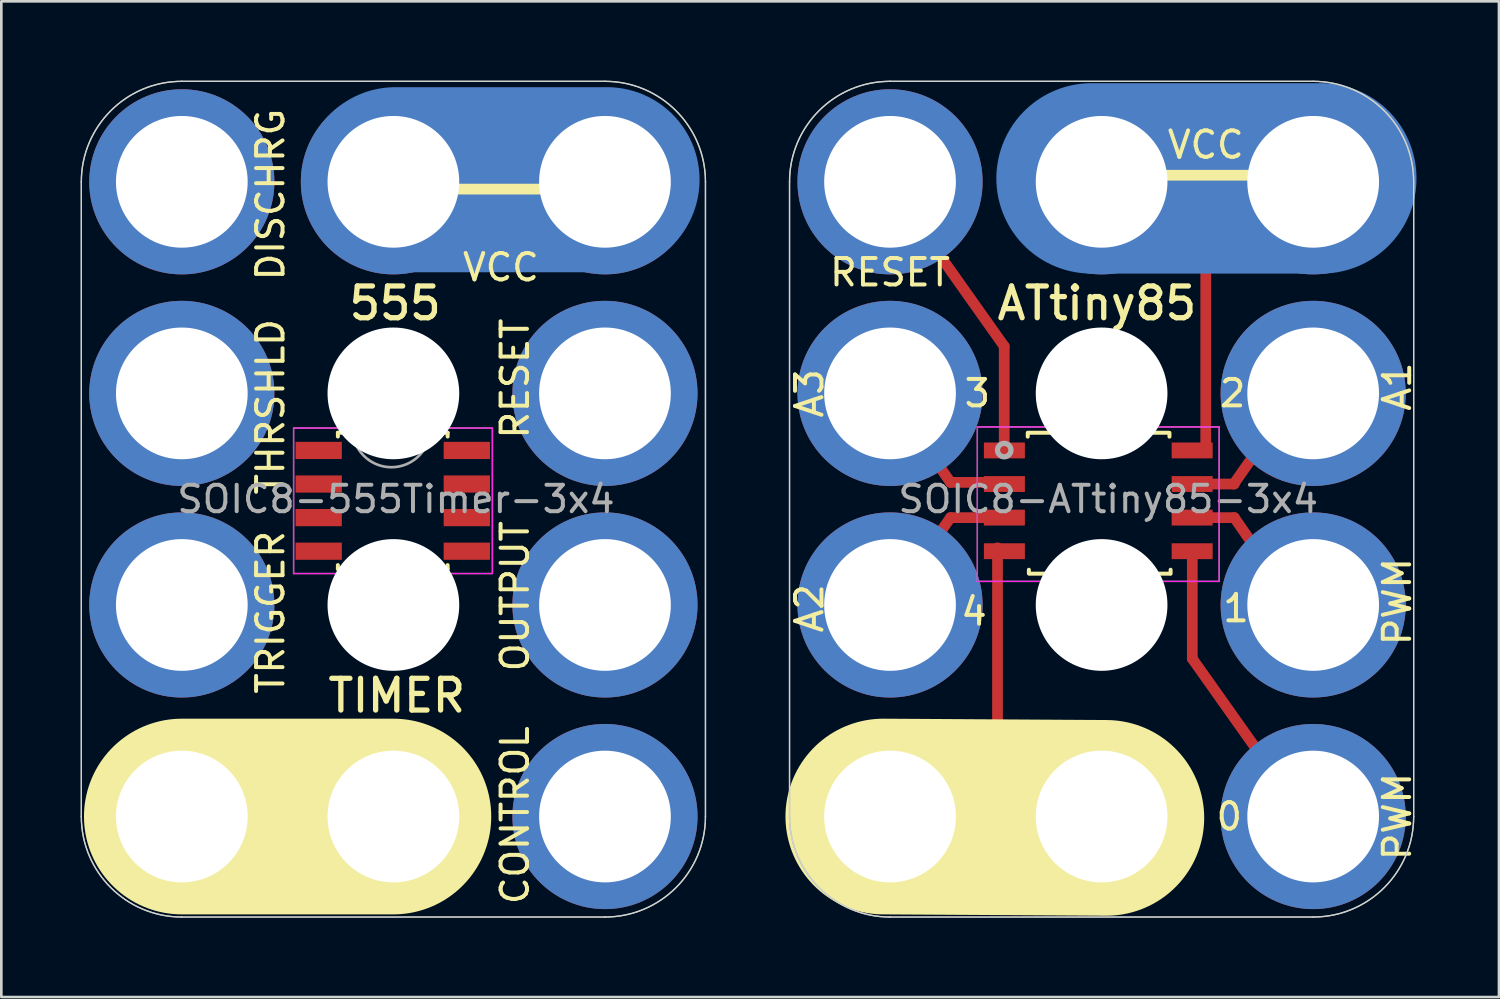
<source format=kicad_pcb>
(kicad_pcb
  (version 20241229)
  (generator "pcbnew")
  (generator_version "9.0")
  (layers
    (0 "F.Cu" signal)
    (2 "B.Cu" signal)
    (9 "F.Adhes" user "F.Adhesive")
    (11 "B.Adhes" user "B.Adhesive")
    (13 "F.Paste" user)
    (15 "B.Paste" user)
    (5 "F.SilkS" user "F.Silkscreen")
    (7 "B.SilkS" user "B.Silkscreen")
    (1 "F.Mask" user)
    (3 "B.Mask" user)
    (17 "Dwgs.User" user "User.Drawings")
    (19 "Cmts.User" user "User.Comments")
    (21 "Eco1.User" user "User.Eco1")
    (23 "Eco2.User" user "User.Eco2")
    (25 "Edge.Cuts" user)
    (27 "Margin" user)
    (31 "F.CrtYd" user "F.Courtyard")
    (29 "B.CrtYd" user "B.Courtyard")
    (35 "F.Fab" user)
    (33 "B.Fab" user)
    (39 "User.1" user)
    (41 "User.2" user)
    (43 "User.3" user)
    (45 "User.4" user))
  (footprint "SOIC8-555Timer-3x4"
    (layer "F.Cu")
    (at 3.825 27.825)
    (property "Reference" "SOIC8-555Timer-3x4" (at 8.098 -12 0) (layer "F.Fab") (effects (font (size 1 1) (thickness 0.15))))
    (attr through_hole)
    (fp_line (start 7.799 -23.724) (end 15.799 -23.724) (stroke (width 0.406) (type solid)) (layer "F.Cu"))
    (fp_arc (start 0 -21.0185) (mid -3.048507 -23.971248) (end -0.0635 -26.988175) (stroke (width 1) (type solid)) (layer "F.Mask"))
    (fp_arc (start 0 -5.0165) (mid -3.048507 -7.969248) (end -0.0635 -10.986175) (stroke (width 1) (type solid)) (layer "F.Mask"))
    (fp_arc (start 0.0635 -13.0175) (mid -2.985007 -15.970248) (end 0 -18.987175) (stroke (width 1) (type solid)) (layer "F.Mask"))
    (fp_arc (start 15.9385 -18.9865) (mid 18.987007 -16.033752) (end 16.002 -13.016825) (stroke (width 1) (type solid)) (layer "F.Mask"))
    (fp_arc (start 15.9385 -2.9845) (mid 18.987007 -0.031752) (end 16.002 2.985175) (stroke (width 1) (type solid)) (layer "F.Mask"))
    (fp_arc (start 16.002 -10.922) (mid 19.050507 -7.969252) (end 16.0655 -4.952325) (stroke (width 1) (type solid)) (layer "F.Mask"))
    (fp_line (start 0 0) (end 8 0) (stroke (width 7) (type solid)) (layer "B.Cu"))
    (fp_line (start 8.077 -24.079) (end 16.077 -24.079) (stroke (width 7) (type solid)) (layer "B.Cu"))
    (fp_line (start 0 0) (end 8 0) (stroke (width 7) (type solid)) (layer "B.Mask"))
    (fp_line (start 8.077 -24.079) (end 16.077 -24.079) (stroke (width 7) (type solid)) (layer "B.Mask"))
    (fp_line (start 0 0) (end 8 0) (stroke (width 7.4) (type solid)) (layer "F.SilkS"))
    (fp_line (start 0 0) (end 8.25 0) (stroke (width 0.406) (type solid)) (layer "F.SilkS"))
    (fp_line (start 5.901 -14.513) (end 5.901 -14.368) (stroke (width 0.15) (type solid)) (layer "F.SilkS"))
    (fp_line (start 5.901 -14.513) (end 10.051 -14.513) (stroke (width 0.15) (type solid)) (layer "F.SilkS"))
    (fp_line (start 5.901 -9.363) (end 5.901 -9.508) (stroke (width 0.15) (type solid)) (layer "F.SilkS"))
    (fp_line (start 5.901 -9.363) (end 10.051 -9.363) (stroke (width 0.15) (type solid)) (layer "F.SilkS"))
    (fp_line (start 9.055 -23.724) (end 15.088 -23.724) (stroke (width 0.406) (type solid)) (layer "F.SilkS"))
    (fp_line (start 10.051 -14.513) (end 10.051 -14.368) (stroke (width 0.15) (type solid)) (layer "F.SilkS"))
    (fp_line (start 10.051 -9.363) (end 10.051 -9.508) (stroke (width 0.15) (type solid)) (layer "F.SilkS"))
    (fp_line (start -3.8 -24) (end -3.8 0) (stroke (width 0.05) (type solid)) (layer "Edge.Cuts"))
    (fp_line (start 0 -27.8) (end 16 -27.8) (stroke (width 0.05) (type solid)) (layer "Edge.Cuts"))
    (fp_line (start 0 3.8) (end 16 3.8) (stroke (width 0.05) (type solid)) (layer "Edge.Cuts"))
    (fp_line (start 19.8 -24) (end 19.8 0) (stroke (width 0.05) (type solid)) (layer "Edge.Cuts"))
    (fp_arc (start -3.8 -24) (mid -2.687006 -26.687006) (end 0 -27.8) (stroke (width 0.05) (type solid)) (layer "Edge.Cuts"))
    (fp_arc (start 0 3.8) (mid -2.687006 2.687006) (end -3.8 0) (stroke (width 0.05) (type solid)) (layer "Edge.Cuts"))
    (fp_arc (start 16 -27.8) (mid 18.687006 -26.687006) (end 19.8 -24) (stroke (width 0.05) (type solid)) (layer "Edge.Cuts"))
    (fp_arc (start 19.8 0) (mid 18.687006 2.687006) (end 16 3.8) (stroke (width 0.05) (type solid)) (layer "Edge.Cuts"))
    (fp_line (start 4.226 -14.688) (end 4.226 -9.188) (stroke (width 0.05) (type solid)) (layer "F.CrtYd"))
    (fp_line (start 4.226 -14.688) (end 11.726 -14.688) (stroke (width 0.05) (type solid)) (layer "F.CrtYd"))
    (fp_line (start 4.226 -9.188) (end 11.726 -9.188) (stroke (width 0.05) (type solid)) (layer "F.CrtYd"))
    (fp_line (start 11.744 -14.688) (end 11.744 -9.188) (stroke (width 0.05) (type solid)) (layer "F.CrtYd"))
    (fp_line (start -3.8 -24) (end -3.8 0) (stroke (width 0.05) (type solid)) (layer "F.Fab"))
    (fp_line (start 0 -27.8) (end 16 -27.8) (stroke (width 0.05) (type solid)) (layer "F.Fab"))
    (fp_line (start 0 3.8) (end 16 3.8) (stroke (width 0.05) (type solid)) (layer "F.Fab"))
    (fp_line (start 4.226 -14.688) (end 4.226 -9.188) (stroke (width 0.05) (type solid)) (layer "F.Fab"))
    (fp_line (start 4.226 -14.688) (end 11.726 -14.688) (stroke (width 0.05) (type solid)) (layer "F.Fab"))
    (fp_line (start 4.226 -9.188) (end 11.726 -9.188) (stroke (width 0.05) (type solid)) (layer "F.Fab"))
    (fp_line (start 11.744 -14.688) (end 11.744 -9.188) (stroke (width 0.05) (type solid)) (layer "F.Fab"))
    (fp_line (start 19.8 -24) (end 19.8 0) (stroke (width 0.05) (type solid)) (layer "F.Fab"))
    (fp_arc (start -3.8 -24) (mid -2.687006 -26.687006) (end 0 -27.8) (stroke (width 0.05) (type solid)) (layer "F.Fab"))
    (fp_arc (start 0 3.8) (mid -2.687006 2.687006) (end -3.8 0) (stroke (width 0.05) (type solid)) (layer "F.Fab"))
    (fp_arc (start 9.398 -14.6812) (mid 7.9248 -13.208) (end 6.4516 -14.6812) (stroke (width 0.1) (type solid)) (layer "F.Fab"))
    (fp_arc (start 16 -27.8) (mid 18.687006 -26.687006) (end 19.8 -24) (stroke (width 0.05) (type solid)) (layer "F.Fab"))
    (fp_arc (start 19.8 0) (mid 18.687006 2.687006) (end 16 3.8) (stroke (width 0.05) (type solid)) (layer "F.Fab"))
    (fp_text user "555" (at 8.065 -19.406 0) (layer "F.SilkS") (effects (font (size 1.2 1.2) (thickness 0.2))))
    (fp_text user "RESET" (at 12.598 -16.561 90) (layer "F.SilkS") (effects (font (size 1 1) (thickness 0.15))))
    (fp_text user "OUTPUT" (at 12.598 -8.331 90) (layer "F.SilkS") (effects (font (size 1 1) (thickness 0.15))))
    (fp_text user "VCC" (at 12.065 -20.765 180) (layer "F.SilkS") (effects (font (size 1 1) (thickness 0.15))))
    (fp_text user "TRIGGER" (at 3.353 -7.722 90) (layer "F.SilkS") (effects (font (size 1 1) (thickness 0.15))))
    (fp_text user "DISCHRG" (at 3.353 -23.52 90) (layer "F.SilkS") (effects (font (size 1 1) (thickness 0.15))))
    (fp_text user "THRSHLD" (at 3.353 -15.494 90) (layer "F.SilkS") (effects (font (size 1 1) (thickness 0.15))))
    (fp_text user "CONTROL" (at 12.598 -0.051 90) (layer "F.SilkS") (effects (font (size 1 1) (thickness 0.15))))
    (fp_text user "GND" (at 4.013 1.473 0) (layer "F.SilkS") (effects (font (size 1 1) (thickness 0.15))))
    (fp_text user "TIMER" (at 8.128 -4.572 0) (layer "F.SilkS") (effects (font (size 1.2 1.2) (thickness 0.2))))
    (pad "" np_thru_hole circle (at 8 -16 270) (size 4.98 4.98) (drill 4.98) (layers "*.Cu"))
    (pad "" np_thru_hole circle (at 8 -8 270) (size 4.98 4.98) (drill 4.98) (layers "*.Cu"))
    (pad "1" smd rect (at 5.176 -13.843) (size 1.75 0.65) (layers "F.Cu" "F.Mask" "F.Paste"))
    (pad "1" thru_hole circle (at 8 0 270) (size 7 7) (drill 4.98) (layers "*.Cu" "*.Mask"))
    (pad "2" thru_hole circle (at 0 -8 270) (size 7 7) (drill 4.98) (layers "*.Cu" "B.Mask"))
    (pad "2" smd rect (at 5.176 -12.573) (size 1.75 0.65) (layers "F.Cu" "F.Mask" "F.Paste"))
    (pad "3" smd rect (at 5.176 -11.303) (size 1.75 0.65) (layers "F.Cu" "F.Mask" "F.Paste"))
    (pad "3" thru_hole circle (at 16 -8 270) (size 7 7) (drill 4.98) (layers "*.Cu" "B.Mask"))
    (pad "4" smd rect (at 5.176 -10.033) (size 1.75 0.65) (layers "F.Cu" "F.Mask" "F.Paste"))
    (pad "4" thru_hole circle (at 16 -16 270) (size 7 7) (drill 4.98) (layers "*.Cu" "B.Mask"))
    (pad "5" smd rect (at 10.776 -10.033) (size 1.75 0.65) (layers "F.Cu" "F.Mask" "F.Paste"))
    (pad "5" thru_hole circle (at 16 0 270) (size 7 7) (drill 4.98) (layers "*.Cu" "B.Mask"))
    (pad "6" thru_hole circle (at 0 -16 270) (size 7 7) (drill 4.98) (layers "*.Cu" "B.Mask"))
    (pad "6" smd rect (at 10.776 -11.303) (size 1.75 0.65) (layers "F.Cu" "F.Mask" "F.Paste"))
    (pad "7" thru_hole circle (at 0 -24 270) (size 7 7) (drill 4.98) (layers "*.Cu" "B.Mask"))
    (pad "7" smd rect (at 10.776 -12.573) (size 1.75 0.65) (layers "F.Cu" "F.Mask" "F.Paste"))
    (pad "8" thru_hole circle (at 8 -24 270) (size 7 7) (drill 4.98) (layers "*.Cu" "*.Mask"))
    (pad "8" smd rect (at 10.776 -13.843) (size 1.75 0.65) (layers "F.Cu" "F.Mask" "F.Paste"))
    (pad "8" thru_hole circle (at 16 -24 270) (size 7 7) (drill 4.98) (layers "*.Cu" "*.Mask"))
    (pad "e" thru_hole circle (at 0 0 270) (size 7 7) (drill 4.98) (layers "*.Cu" "*.Mask")))
  (footprint "SOIC8-ATtiny85-3x4"
    (layer "F.Cu")
    (at 30.604 27.825)
    (property "Reference" "SOIC8-ATtiny85-3x4" (at 8.25 -12 0) (layer "F.Fab") (effects (font (size 1 1) (thickness 0.15))))
    (attr through_hole)
    (fp_line (start -0.064 -7.938) (end 2.286 -11.303) (stroke (width 0.406) (type solid)) (layer "F.Cu"))
    (fp_line (start 0 0) (end 8 0) (stroke (width 0.406) (type solid)) (layer "F.Cu"))
    (fp_line (start 2.286 -12.636) (end 0 -15.938) (stroke (width 0.406) (type solid)) (layer "F.Cu"))
    (fp_line (start 2.286 -11.303) (end 4.318 -11.303) (stroke (width 0.406) (type solid)) (layer "F.Cu"))
    (fp_line (start 4.064 0) (end 4.064 -10.16) (stroke (width 0.406) (type solid)) (layer "F.Cu"))
    (fp_line (start 4.318 -17.78) (end 0 -23.876) (stroke (width 0.406) (type solid)) (layer "F.Cu"))
    (fp_line (start 4.318 -13.716) (end 4.318 -17.78) (stroke (width 0.406) (type solid)) (layer "F.Cu"))
    (fp_line (start 4.318 -12.636) (end 2.286 -12.636) (stroke (width 0.406) (type solid)) (layer "F.Cu"))
    (fp_line (start 8 -24.25) (end 16 -24.25) (stroke (width 0.406) (type solid)) (layer "F.Cu"))
    (fp_line (start 10.986 -11.303) (end 13.018 -11.303) (stroke (width 0.406) (type solid)) (layer "F.Cu"))
    (fp_line (start 11.43 -10.033) (end 11.43 -5.969) (stroke (width 0.406) (type solid)) (layer "F.Cu"))
    (fp_line (start 11.43 -5.969) (end 15.748 0.127) (stroke (width 0.406) (type solid)) (layer "F.Cu"))
    (fp_line (start 11.938 -13.97) (end 11.938 -24.13) (stroke (width 0.406) (type solid)) (layer "F.Cu"))
    (fp_line (start 13.018 -12.573) (end 10.986 -12.573) (stroke (width 0.406) (type solid)) (layer "F.Cu"))
    (fp_line (start 13.018 -11.303) (end 15.303 -8.001) (stroke (width 0.406) (type solid)) (layer "F.Cu"))
    (fp_line (start 15.367 -15.961) (end 12.998 -12.573) (stroke (width 0.406) (type solid)) (layer "F.Cu"))
    (fp_line (start -0.254 0) (end 8.179 0) (stroke (width 7.2) (type solid)) (layer "B.Cu"))
    (fp_line (start 7.62 -24.13) (end 16.307 -24.13) (stroke (width 7.2) (type solid)) (layer "B.Cu"))
    (fp_line (start -0.254 0) (end 8.179 0) (stroke (width 7.2) (type solid)) (layer "B.Mask"))
    (fp_line (start 7.62 -24.13) (end 16.307 -24.13) (stroke (width 7.2) (type solid)) (layer "B.Mask"))
    (fp_line (start -0.254 0) (end 8.179 0.051) (stroke (width 7.4) (type solid)) (layer "F.SilkS"))
    (fp_line (start 0 0) (end 8.25 0) (stroke (width 0.406) (type solid)) (layer "F.SilkS"))
    (fp_line (start 5.207 -14.509) (end 5.207 -14.364) (stroke (width 0.15) (type solid)) (layer "F.SilkS"))
    (fp_line (start 5.224 -14.513) (end 10.524 -14.513) (stroke (width 0.15) (type solid)) (layer "F.SilkS"))
    (fp_line (start 5.25 -9.187) (end 5.25 -9.332) (stroke (width 0.15) (type solid)) (layer "F.SilkS"))
    (fp_line (start 8 -24.25) (end 16.25 -24.25) (stroke (width 0.406) (type solid)) (layer "F.SilkS"))
    (fp_line (start 10.566 -14.509) (end 10.566 -14.364) (stroke (width 0.15) (type solid)) (layer "F.SilkS"))
    (fp_line (start 10.592 -9.183) (end 5.292 -9.183) (stroke (width 0.15) (type solid)) (layer "F.SilkS"))
    (fp_line (start 10.609 -9.187) (end 10.609 -9.332) (stroke (width 0.15) (type solid)) (layer "F.SilkS"))
    (fp_line (start -3.8 -24) (end -3.8 0) (stroke (width 0.05) (type solid)) (layer "Edge.Cuts"))
    (fp_line (start 0 -27.8) (end 16 -27.8) (stroke (width 0.05) (type solid)) (layer "Edge.Cuts"))
    (fp_line (start 0 3.8) (end 16 3.8) (stroke (width 0.05) (type solid)) (layer "Edge.Cuts"))
    (fp_line (start 19.8 -24) (end 19.8 0) (stroke (width 0.05) (type solid)) (layer "Edge.Cuts"))
    (fp_arc (start -3.8 -24) (mid -2.687006 -26.687006) (end 0 -27.8) (stroke (width 0.05) (type solid)) (layer "Edge.Cuts"))
    (fp_arc (start 0 3.8) (mid -2.687006 2.687006) (end -3.8 0) (stroke (width 0.05) (type solid)) (layer "Edge.Cuts"))
    (fp_arc (start 16 -27.8) (mid 18.687006 -26.687006) (end 19.8 -24) (stroke (width 0.05) (type solid)) (layer "Edge.Cuts"))
    (fp_arc (start 19.8 0) (mid 18.687006 2.687006) (end 16 3.8) (stroke (width 0.05) (type solid)) (layer "Edge.Cuts"))
    (fp_line (start 3.302 -14.732) (end 3.302 -8.89) (stroke (width 0.05) (type solid)) (layer "F.CrtYd"))
    (fp_line (start 3.302 -14.732) (end 12.446 -14.732) (stroke (width 0.05) (type solid)) (layer "F.CrtYd"))
    (fp_line (start 3.302 -8.89) (end 12.446 -8.89) (stroke (width 0.05) (type solid)) (layer "F.CrtYd"))
    (fp_line (start 12.446 -14.732) (end 12.446 -8.89) (stroke (width 0.05) (type solid)) (layer "F.CrtYd"))
    (fp_line (start -3.8 -24) (end -3.8 0) (stroke (width 0.05) (type solid)) (layer "F.Fab"))
    (fp_line (start 0 -27.8) (end 16 -27.8) (stroke (width 0.05) (type solid)) (layer "F.Fab"))
    (fp_line (start 0 3.8) (end 16 3.8) (stroke (width 0.05) (type solid)) (layer "F.Fab"))
    (fp_line (start 3.302 -14.732) (end 3.302 -8.89) (stroke (width 0.05) (type solid)) (layer "F.Fab"))
    (fp_line (start 3.302 -14.732) (end 12.446 -14.732) (stroke (width 0.05) (type solid)) (layer "F.Fab"))
    (fp_line (start 3.302 -8.89) (end 12.446 -8.89) (stroke (width 0.05) (type solid)) (layer "F.Fab"))
    (fp_line (start 12.446 -14.732) (end 12.446 -8.89) (stroke (width 0.05) (type solid)) (layer "F.Fab"))
    (fp_line (start 19.8 -24) (end 19.8 0) (stroke (width 0.05) (type solid)) (layer "F.Fab"))
    (fp_arc (start -3.8 -24) (mid -2.687006 -26.687006) (end 0 -27.8) (stroke (width 0.05) (type solid)) (layer "F.Fab"))
    (fp_arc (start 0 3.8) (mid -2.687006 2.687006) (end -3.8 0) (stroke (width 0.05) (type solid)) (layer "F.Fab"))
    (fp_arc (start 16 -27.8) (mid 18.687006 -26.687006) (end 19.8 -24) (stroke (width 0.05) (type solid)) (layer "F.Fab"))
    (fp_arc (start 19.8 0) (mid 18.687006 2.687006) (end 16 3.8) (stroke (width 0.05) (type solid)) (layer "F.Fab"))
    (fp_circle (center 4.318 -13.856) (end 4.572 -13.856) (stroke (width 0.2) (type solid)) (fill no) (layer "F.Fab"))
    (fp_text user "PWM" (at 19.177 -8.128 270) (layer "F.SilkS") (effects (font (size 1 1) (thickness 0.15))))
    (fp_text user "A3" (at -3.048 -16.002 90) (layer "F.SilkS") (effects (font (size 1 1) (thickness 0.15))))
    (fp_text user "2" (at 12.954 -16.002 0) (layer "F.SilkS") (effects (font (size 1 1) (thickness 0.15))))
    (fp_text user "A1" (at 19.177 -16.256 90) (layer "F.SilkS") (effects (font (size 1 1) (thickness 0.15))))
    (fp_text user "A2" (at -3.048 -7.874 90) (layer "F.SilkS") (effects (font (size 1 1) (thickness 0.15))))
    (fp_text user "PWM" (at 19.177 0 270) (layer "F.SilkS") (effects (font (size 1 1) (thickness 0.15))))
    (fp_text user "VCC" (at 11.938 -25.4 0) (layer "F.SilkS") (effects (font (size 1 1) (thickness 0.15))))
    (fp_text user "0" (at 12.827 0 0) (layer "F.SilkS") (effects (font (size 1 1) (thickness 0.15))))
    (fp_text user "RESET" (at 0 -20.574 180) (layer "F.SilkS") (effects (font (size 1 1) (thickness 0.15))))
    (fp_text user "ATtiny85" (at 7.823 -19.406 0) (layer "F.SilkS") (effects (font (size 1.2 1.2) (thickness 0.2))))
    (fp_text user "4" (at 3.175 -7.747 0) (layer "F.SilkS") (effects (font (size 1 1) (thickness 0.15))))
    (fp_text user "3" (at 3.302 -16.002 0) (layer "F.SilkS") (effects (font (size 1 1) (thickness 0.15))))
    (fp_text user "GND" (at 4.064 1.27 0) (layer "F.SilkS") (effects (font (size 1 1) (thickness 0.15))))
    (fp_text user "1" (at 13.081 -7.874 0) (layer "F.SilkS") (effects (font (size 1 1) (thickness 0.15))))
    (pad "" np_thru_hole circle (at 8 -16 270) (size 4.98 4.98) (drill 4.98) (layers "*.Cu"))
    (pad "" np_thru_hole circle (at 8 -8 270) (size 4.98 4.98) (drill 4.98) (layers "*.Cu"))
    (pad "1" thru_hole circle (at 0 -24 270) (size 7 7) (drill 4.98) (layers "*.Cu" "B.Mask"))
    (pad "1" smd rect (at 4.324 -13.843) (size 1.55 0.6) (layers "F.Cu" "F.Mask" "F.Paste"))
    (pad "2" thru_hole circle (at 0 -16 270) (size 7 7) (drill 4.98) (layers "*.Cu" "B.Mask"))
    (pad "2" smd rect (at 4.324 -12.573) (size 1.55 0.6) (layers "F.Cu" "F.Mask" "F.Paste"))
    (pad "3" thru_hole circle (at 0 -8 270) (size 7 7) (drill 4.98) (layers "*.Cu" "B.Mask"))
    (pad "3" smd rect (at 4.324 -11.303) (size 1.55 0.6) (layers "F.Cu" "F.Mask" "F.Paste"))
    (pad "4" thru_hole circle (at 0 0 270) (size 7 7) (drill 4.98) (layers "*.Cu" "B.Mask"))
    (pad "4" smd rect (at 4.324 -10.033) (size 1.55 0.6) (layers "F.Cu" "F.Mask" "F.Paste"))
    (pad "4" thru_hole circle (at 8 0 270) (size 7 7) (drill 4.98) (layers "*.Cu" "B.Mask"))
    (pad "5" smd rect (at 11.424 -10.033) (size 1.55 0.6) (layers "F.Cu" "F.Mask" "F.Paste"))
    (pad "5" thru_hole circle (at 16 0 270) (size 7 7) (drill 4.98) (layers "*.Cu" "B.Mask"))
    (pad "6" smd rect (at 11.424 -11.303) (size 1.55 0.6) (layers "F.Cu" "F.Mask" "F.Paste"))
    (pad "6" thru_hole circle (at 16 -8 270) (size 7 7) (drill 4.98) (layers "*.Cu" "B.Mask"))
    (pad "7" smd rect (at 11.424 -12.573) (size 1.55 0.6) (layers "F.Cu" "F.Mask" "F.Paste"))
    (pad "7" thru_hole circle (at 16 -16 270) (size 7 7) (drill 4.98) (layers "*.Cu" "B.Mask"))
    (pad "8" thru_hole circle (at 8 -24 270) (size 7 7) (drill 4.98) (layers "*.Cu" "B.Mask"))
    (pad "8" smd rect (at 11.424 -13.843) (size 1.55 0.6) (layers "F.Cu" "F.Mask" "F.Paste"))
    (pad "8" thru_hole circle (at 16 -24 270) (size 7 7) (drill 4.98) (layers "*.Cu" "B.Mask")))
  (gr_rect
    (start -3 -3)
    (end 53.629 34.65)
    (stroke (width 0.1) (type default))
    (fill no)
    (layer "Edge.Cuts")))
</source>
